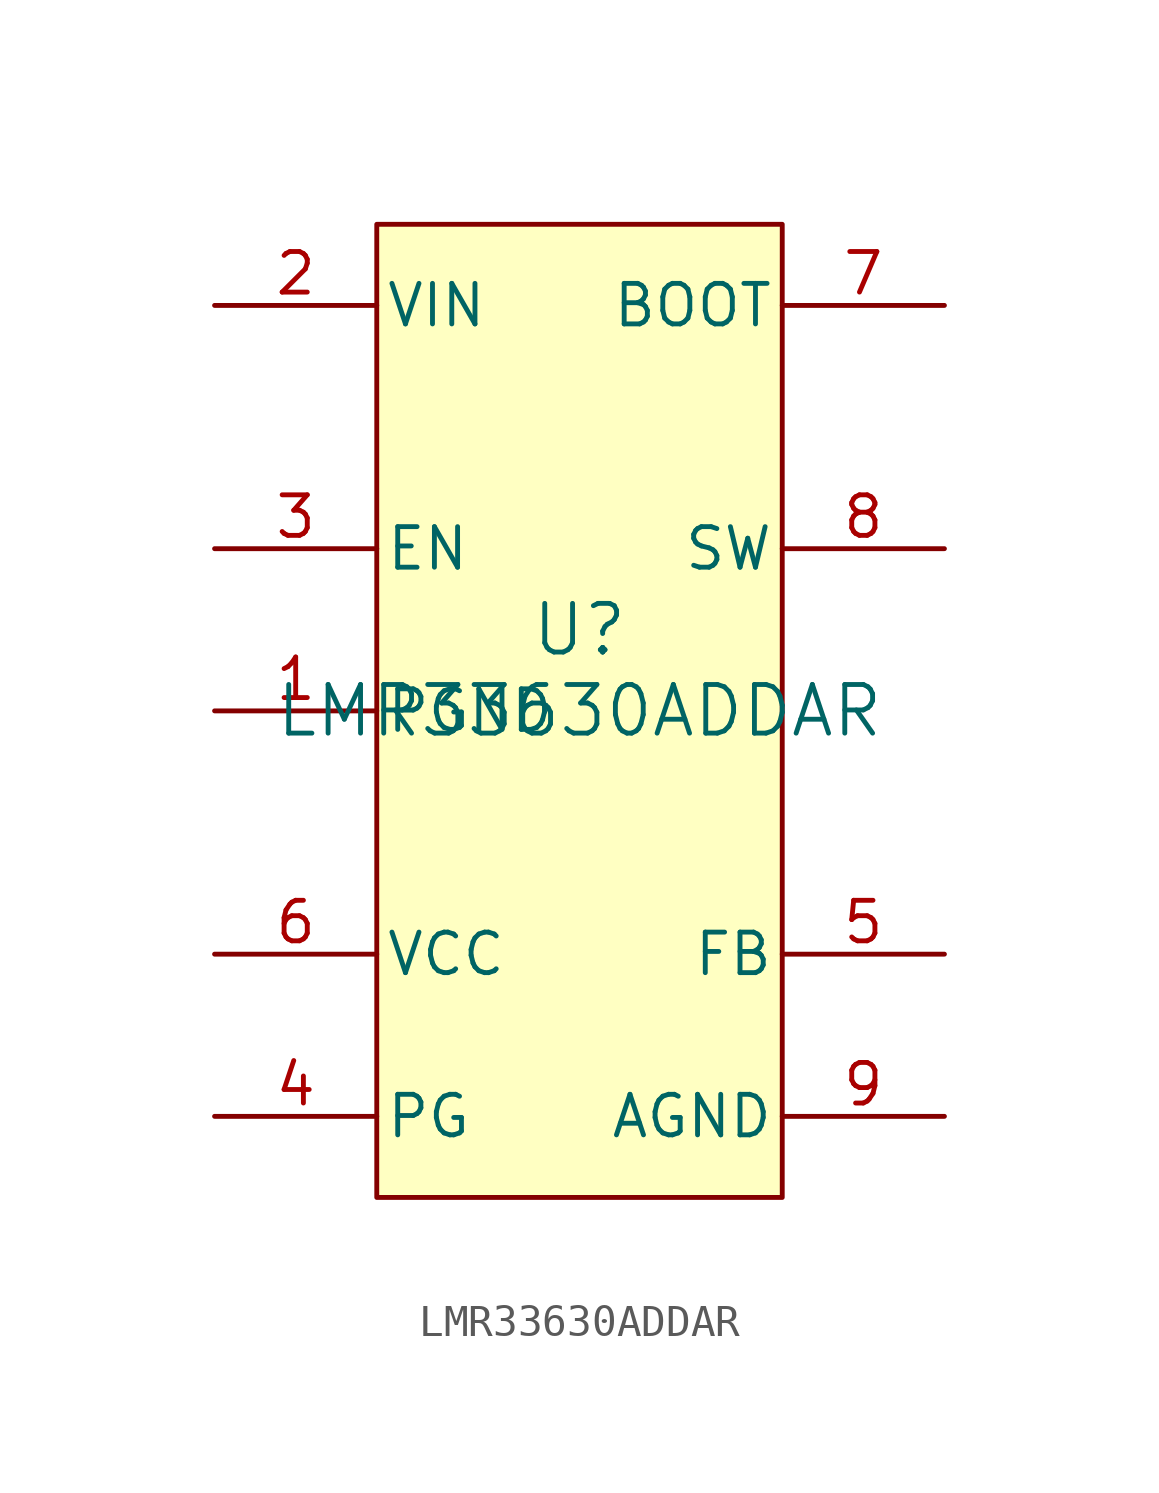
<source format=kicad_sym>
(kicad_symbol_lib
  (version 20231120)
  (generator "kicad_symbol_editor")
  (generator_version "8.0")
  (symbol "LMR33630ADDAR"
    (pin_names
      (offset 0.254))
    (property "Reference" "U"
      (at 0 2.54 0)
      (effects (font (size 1.524 1.524))))
    (property "Value" "LMR33630ADDAR"
      (at 0 0 0)
      (effects (font (size 1.524 1.524))))
    (property "ki_locked" ""
      (at 0 0 0)
      (effects (font (size 1.27 1.27))))
    (symbol "LMR33630ADDAR_0_1"
      (pin power_in line (at -11.43 0 0) (length 5.08) (name "PGND" (effects (font (size 1.27 1.27)))) (number "1" (effects (font (size 1.27 1.27)))))
      (pin power_in line (at -11.43 12.7 0) (length 5.08) (name "VIN" (effects (font (size 1.27 1.27)))) (number "2" (effects (font (size 1.27 1.27)))))
      (pin input line (at -11.43 5.08 0) (length 5.08) (name "EN" (effects (font (size 1.27 1.27)))) (number "3" (effects (font (size 1.27 1.27)))))
      (pin open_collector line (at -11.43 -12.7 0) (length 5.08) (name "PG" (effects (font (size 1.27 1.27)))) (number "4" (effects (font (size 1.27 1.27)))))
      (pin input line (at 11.43 -7.62 180) (length 5.08) (name "FB" (effects (font (size 1.27 1.27)))) (number "5" (effects (font (size 1.27 1.27)))))
      (pin power_in line (at -11.43 -7.62 0) (length 5.08) (name "VCC" (effects (font (size 1.27 1.27)))) (number "6" (effects (font (size 1.27 1.27)))))
      (pin power_in line (at 11.43 12.7 180) (length 5.08) (name "BOOT" (effects (font (size 1.27 1.27)))) (number "7" (effects (font (size 1.27 1.27)))))
      (pin power_in line (at 11.43 5.08 180) (length 5.08) (name "SW" (effects (font (size 1.27 1.27)))) (number "8" (effects (font (size 1.27 1.27)))))
      (pin unspecified line (at 11.43 -12.7 180) (length 5.08) (name "AGND" (effects (font (size 1.27 1.27)))) (number "9" (effects (font (size 1.27 1.27))))))
    (symbol "LMR33630ADDAR_1_1"
      (rectangle (start -6.35 15.24) (end 6.35 -15.24) (stroke (width 0) (type default)) (fill (type background))))))
</source>
